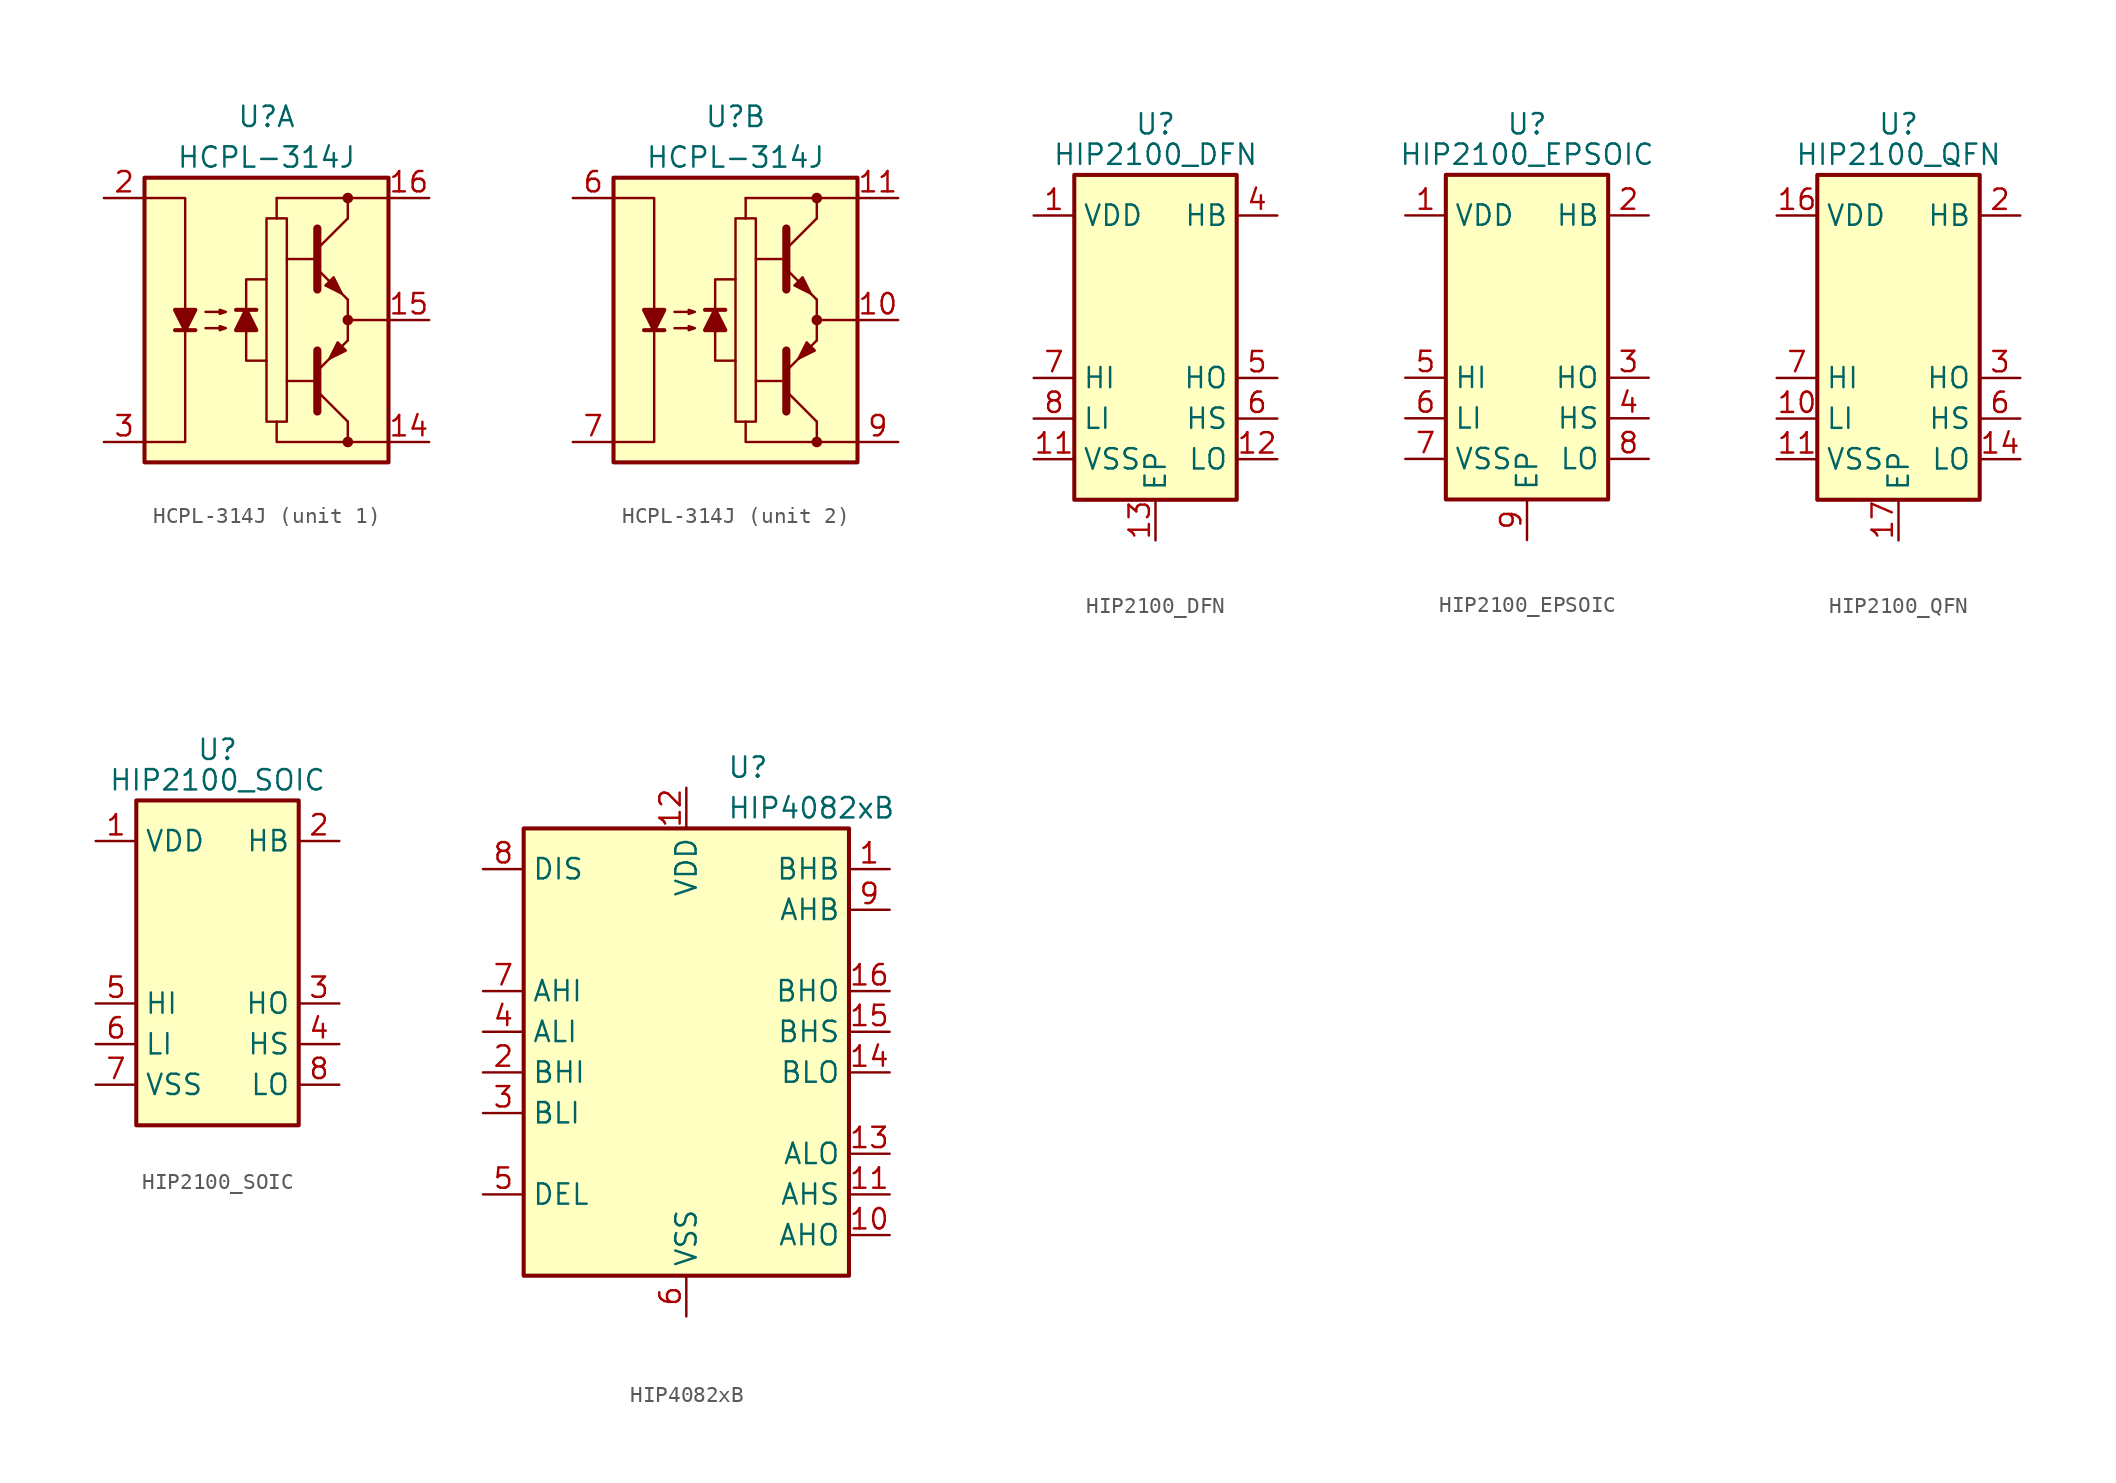
<source format=kicad_sym>
(kicad_symbol_lib
  (version 20201005)
  (generator kicad_symbol_editor)
  (symbol "HCPL-314J"
    (pin_names hide)
    (property "Reference" "U"
      (at 0 12.7 0)
      (effects (font (size 1.27 1.27))))
    (property "Value" "HCPL-314J"
      (at 0 10.16 0)
      (effects (font (size 1.27 1.27))))
    (symbol "HCPL-314J_0_1"
      (circle (center 5.08 -7.62) (radius 0.254) (stroke (width 0)) (fill (type outline)))
      (circle (center 5.08 0) (radius 0.254) (stroke (width 0)) (fill (type outline)))
      (circle (center 5.08 7.62) (radius 0.254) (stroke (width 0)) (fill (type outline)))
      (rectangle (start 0.635 6.35) (end 0.635 6.35) (stroke (width 0)) (fill (type none)))
      (rectangle (start 0.635 6.35) (end 0.635 7.62) (stroke (width 0)) (fill (type none)))
      (rectangle (start 5.08 1.27) (end 5.08 -1.27) (stroke (width 0)) (fill (type none)))
      (rectangle (start -7.62 8.89) (end 7.62 -8.89) (stroke (width 0.254)) (fill (type background)))
      (polyline (pts (xy -5.715 -0.635) (xy -4.445 -0.635)) (stroke (width 0.254)) (fill (type none)))
      (polyline (pts (xy -0.635 0.635) (xy -1.905 0.635)) (stroke (width 0.254)) (fill (type none)))
      (polyline (pts (xy 3.048 -3.81) (xy 1.27 -3.81)) (stroke (width 0)) (fill (type none)))
      (polyline (pts (xy 3.048 3.81) (xy 1.27 3.81)) (stroke (width 0)) (fill (type none)))
      (polyline (pts (xy 3.175 -4.445) (xy 5.08 -6.35)) (stroke (width 0)) (fill (type none)))
      (polyline (pts (xy 3.175 4.445) (xy 5.08 6.35)) (stroke (width 0)) (fill (type none)))
      (polyline (pts (xy 5.08 -6.35) (xy 5.08 -7.62)) (stroke (width 0)) (fill (type none)))
      (polyline (pts (xy 5.08 0) (xy 7.62 0)) (stroke (width 0)) (fill (type none)))
      (polyline (pts (xy 5.08 6.35) (xy 5.08 7.62)) (stroke (width 0)) (fill (type none)))
      (polyline (pts (xy 7.62 7.62) (xy 0.635 7.62)) (stroke (width 0)) (fill (type none)))
      (polyline (pts (xy -1.27 -0.635) (xy -1.27 -2.54) (xy 0 -2.54)) (stroke (width 0)) (fill (type none)))
      (polyline (pts (xy -1.27 0.635) (xy -1.27 2.54) (xy 0 2.54)) (stroke (width 0)) (fill (type none)))
      (polyline (pts (xy 0.635 -6.35) (xy 0.635 -7.62) (xy 7.62 -7.62)) (stroke (width 0)) (fill (type none)))
      (polyline (pts (xy 3.175 -5.715) (xy 3.175 -1.905) (xy 3.175 -1.905)) (stroke (width 0.508)) (fill (type none)))
      (polyline (pts (xy 3.175 5.715) (xy 3.175 1.905) (xy 3.175 1.905)) (stroke (width 0.508)) (fill (type none)))
      (polyline (pts (xy -7.62 7.62) (xy -5.08 7.62) (xy -5.08 -7.62) (xy -7.62 -7.62)) (stroke (width 0)) (fill (type none)))
      (polyline (pts (xy -3.81 -0.508) (xy -2.54 -0.508) (xy -2.921 -0.635) (xy -2.921 -0.381) (xy -2.54 -0.508)) (stroke (width 0)) (fill (type none)))
      (polyline (pts (xy -3.81 0.508) (xy -2.54 0.508) (xy -2.921 0.381) (xy -2.921 0.635) (xy -2.54 0.508)) (stroke (width 0)) (fill (type none)))
      (polyline (pts (xy 1.27 6.35) (xy 1.27 -6.35) (xy 0 -6.35) (xy 0 6.35) (xy 1.27 6.35)) (stroke (width 0)) (fill (type none)))
      (polyline (pts (xy 5.08 -1.27) (xy 3.175 -3.175)) (stroke (width 0)) (fill (type outline)))
      (polyline (pts (xy 5.08 1.27) (xy 3.175 3.175)) (stroke (width 0)) (fill (type outline)))
      (polyline (pts (xy -5.08 -0.635) (xy -5.715 0.635) (xy -4.445 0.635) (xy -5.08 -0.635)) (stroke (width 0.254)) (fill (type outline)))
      (polyline (pts (xy -1.27 0.635) (xy -0.635 -0.635) (xy -1.905 -0.635) (xy -1.27 0.635)) (stroke (width 0.254)) (fill (type outline)))
      (polyline (pts (xy 3.683 2.159) (xy 4.191 2.667) (xy 4.699 1.651) (xy 3.683 2.159) (xy 3.683 2.159)) (stroke (width 0)) (fill (type outline)))
      (polyline (pts (xy 4.953 -1.905) (xy 4.445 -1.397) (xy 3.937 -2.413) (xy 4.953 -1.905) (xy 4.953 -1.905)) (stroke (width 0)) (fill (type outline))))
    (symbol "HCPL-314J_1_1"
      (pin no_connect line (at -7.62 0 0) (length 2.54) hide (name "NC" (effects (font (size 1.27 1.27)))) (number "1" (effects (font (size 1.27 1.27)))))
      (pin power_in line (at 10.16 -7.62 180) (length 2.54) (name "VEE" (effects (font (size 1.27 1.27)))) (number "14" (effects (font (size 1.27 1.27)))))
      (pin output line (at 10.16 0 180) (length 2.54) (name "VO" (effects (font (size 1.27 1.27)))) (number "15" (effects (font (size 1.27 1.27)))))
      (pin power_in line (at 10.16 7.62 180) (length 2.54) (name "VCC" (effects (font (size 1.27 1.27)))) (number "16" (effects (font (size 1.27 1.27)))))
      (pin passive line (at -10.16 7.62 0) (length 2.54) (name "A" (effects (font (size 1.27 1.27)))) (number "2" (effects (font (size 1.27 1.27)))))
      (pin passive line (at -10.16 -7.62 0) (length 2.54) (name "C" (effects (font (size 1.27 1.27)))) (number "3" (effects (font (size 1.27 1.27))))))
    (symbol "HCPL-314J_2_1"
      (pin output line (at 10.16 0 180) (length 2.54) (name "VO" (effects (font (size 1.27 1.27)))) (number "10" (effects (font (size 1.27 1.27)))))
      (pin power_in line (at 10.16 7.62 180) (length 2.54) (name "VCC" (effects (font (size 1.27 1.27)))) (number "11" (effects (font (size 1.27 1.27)))))
      (pin passive line (at -10.16 7.62 0) (length 2.54) (name "A" (effects (font (size 1.27 1.27)))) (number "6" (effects (font (size 1.27 1.27)))))
      (pin passive line (at -10.16 -7.62 0) (length 2.54) (name "C" (effects (font (size 1.27 1.27)))) (number "7" (effects (font (size 1.27 1.27)))))
      (pin no_connect line (at -7.62 0 0) (length 2.54) hide (name "NC" (effects (font (size 1.27 1.27)))) (number "8" (effects (font (size 1.27 1.27)))))
      (pin power_in line (at 10.16 -7.62 180) (length 2.54) (name "VEE" (effects (font (size 1.27 1.27)))) (number "9" (effects (font (size 1.27 1.27)))))))
  (symbol "HIP2100_DFN"
    (property "Reference" "U"
      (at 0 13.335 0)
      (effects (font (size 1.27 1.27))))
    (property "Value" "HIP2100_DFN"
      (at 0 11.43 0)
      (effects (font (size 1.27 1.27))))
    (symbol "HIP2100_DFN_0_1"
      (rectangle (start -5.08 -10.16) (end 5.08 10.16) (stroke (width 0.254)) (fill (type background))))
    (symbol "HIP2100_DFN_1_1"
      (pin power_in line (at -7.62 7.62 0) (length 2.54) (name "VDD" (effects (font (size 1.27 1.27)))) (number "1" (effects (font (size 1.27 1.27)))))
      (pin no_connect line (at 5.08 2.54 180) (length 2.54) hide (name "NC" (effects (font (size 1.27 1.27)))) (number "10" (effects (font (size 1.27 1.27)))))
      (pin power_in line (at -7.62 -7.62 0) (length 2.54) (name "VSS" (effects (font (size 1.27 1.27)))) (number "11" (effects (font (size 1.27 1.27)))))
      (pin output line (at 7.62 -7.62 180) (length 2.54) (name "LO" (effects (font (size 1.27 1.27)))) (number "12" (effects (font (size 1.27 1.27)))))
      (pin output line (at 0 -12.7 90) (length 2.54) (name "EP" (effects (font (size 1.27 1.27)))) (number "13" (effects (font (size 1.27 1.27)))))
      (pin no_connect line (at -5.08 5.08 0) (length 2.54) hide (name "NC" (effects (font (size 1.27 1.27)))) (number "2" (effects (font (size 1.27 1.27)))))
      (pin no_connect line (at -5.08 2.54 0) (length 2.54) hide (name "NC" (effects (font (size 1.27 1.27)))) (number "3" (effects (font (size 1.27 1.27)))))
      (pin passive line (at 7.62 7.62 180) (length 2.54) (name "HB" (effects (font (size 1.27 1.27)))) (number "4" (effects (font (size 1.27 1.27)))))
      (pin output line (at 7.62 -2.54 180) (length 2.54) (name "HO" (effects (font (size 1.27 1.27)))) (number "5" (effects (font (size 1.27 1.27)))))
      (pin passive line (at 7.62 -5.08 180) (length 2.54) (name "HS" (effects (font (size 1.27 1.27)))) (number "6" (effects (font (size 1.27 1.27)))))
      (pin input line (at -7.62 -2.54 0) (length 2.54) (name "HI" (effects (font (size 1.27 1.27)))) (number "7" (effects (font (size 1.27 1.27)))))
      (pin input line (at -7.62 -5.08 0) (length 2.54) (name "LI" (effects (font (size 1.27 1.27)))) (number "8" (effects (font (size 1.27 1.27)))))
      (pin no_connect line (at 5.08 5.08 180) (length 2.54) hide (name "NC" (effects (font (size 1.27 1.27)))) (number "9" (effects (font (size 1.27 1.27)))))))
  (symbol "HIP2100_EPSOIC"
    (property "Reference" "U"
      (at 0 13.335 0)
      (effects (font (size 1.27 1.27))))
    (property "Value" "HIP2100_EPSOIC"
      (at 0 11.43 0)
      (effects (font (size 1.27 1.27))))
    (symbol "HIP2100_EPSOIC_0_1"
      (rectangle (start -5.08 -10.16) (end 5.08 10.16) (stroke (width 0.254)) (fill (type background))))
    (symbol "HIP2100_EPSOIC_1_1"
      (pin power_in line (at -7.62 7.62 0) (length 2.54) (name "VDD" (effects (font (size 1.27 1.27)))) (number "1" (effects (font (size 1.27 1.27)))))
      (pin passive line (at 7.62 7.62 180) (length 2.54) (name "HB" (effects (font (size 1.27 1.27)))) (number "2" (effects (font (size 1.27 1.27)))))
      (pin output line (at 7.62 -2.54 180) (length 2.54) (name "HO" (effects (font (size 1.27 1.27)))) (number "3" (effects (font (size 1.27 1.27)))))
      (pin passive line (at 7.62 -5.08 180) (length 2.54) (name "HS" (effects (font (size 1.27 1.27)))) (number "4" (effects (font (size 1.27 1.27)))))
      (pin input line (at -7.62 -2.54 0) (length 2.54) (name "HI" (effects (font (size 1.27 1.27)))) (number "5" (effects (font (size 1.27 1.27)))))
      (pin input line (at -7.62 -5.08 0) (length 2.54) (name "LI" (effects (font (size 1.27 1.27)))) (number "6" (effects (font (size 1.27 1.27)))))
      (pin power_in line (at -7.62 -7.62 0) (length 2.54) (name "VSS" (effects (font (size 1.27 1.27)))) (number "7" (effects (font (size 1.27 1.27)))))
      (pin output line (at 7.62 -7.62 180) (length 2.54) (name "LO" (effects (font (size 1.27 1.27)))) (number "8" (effects (font (size 1.27 1.27)))))
      (pin output line (at 0 -12.7 90) (length 2.54) (name "EP" (effects (font (size 1.27 1.27)))) (number "9" (effects (font (size 1.27 1.27)))))))
  (symbol "HIP2100_QFN"
    (property "Reference" "U"
      (at 0 13.335 0)
      (effects (font (size 1.27 1.27))))
    (property "Value" "HIP2100_QFN"
      (at 0 11.43 0)
      (effects (font (size 1.27 1.27))))
    (symbol "HIP2100_QFN_0_1"
      (rectangle (start -5.08 -10.16) (end 5.08 10.16) (stroke (width 0.254)) (fill (type background))))
    (symbol "HIP2100_QFN_1_1"
      (pin no_connect line (at -5.08 5.08 0) (length 2.54) hide (name "NC" (effects (font (size 1.27 1.27)))) (number "1" (effects (font (size 1.27 1.27)))))
      (pin input line (at -7.62 -5.08 0) (length 2.54) (name "LI" (effects (font (size 1.27 1.27)))) (number "10" (effects (font (size 1.27 1.27)))))
      (pin power_in line (at -7.62 -7.62 0) (length 2.54) (name "VSS" (effects (font (size 1.27 1.27)))) (number "11" (effects (font (size 1.27 1.27)))))
      (pin no_connect line (at 5.08 2.54 180) (length 2.54) hide (name "NC" (effects (font (size 1.27 1.27)))) (number "12" (effects (font (size 1.27 1.27)))))
      (pin no_connect line (at 5.08 0 180) (length 2.54) hide (name "NC" (effects (font (size 1.27 1.27)))) (number "13" (effects (font (size 1.27 1.27)))))
      (pin output line (at 7.62 -7.62 180) (length 2.54) (name "LO" (effects (font (size 1.27 1.27)))) (number "14" (effects (font (size 1.27 1.27)))))
      (pin no_connect line (at 5.08 -10.16 180) (length 2.54) hide (name "NC" (effects (font (size 1.27 1.27)))) (number "15" (effects (font (size 1.27 1.27)))))
      (pin power_in line (at -7.62 7.62 0) (length 2.54) (name "VDD" (effects (font (size 1.27 1.27)))) (number "16" (effects (font (size 1.27 1.27)))))
      (pin output line (at 0 -12.7 90) (length 2.54) (name "EP" (effects (font (size 1.27 1.27)))) (number "17" (effects (font (size 1.27 1.27)))))
      (pin passive line (at 7.62 7.62 180) (length 2.54) (name "HB" (effects (font (size 1.27 1.27)))) (number "2" (effects (font (size 1.27 1.27)))))
      (pin output line (at 7.62 -2.54 180) (length 2.54) (name "HO" (effects (font (size 1.27 1.27)))) (number "3" (effects (font (size 1.27 1.27)))))
      (pin no_connect line (at -5.08 2.54 0) (length 2.54) hide (name "NC" (effects (font (size 1.27 1.27)))) (number "4" (effects (font (size 1.27 1.27)))))
      (pin no_connect line (at -5.08 0 0) (length 2.54) hide (name "NC" (effects (font (size 1.27 1.27)))) (number "5" (effects (font (size 1.27 1.27)))))
      (pin passive line (at 7.62 -5.08 180) (length 2.54) (name "HS" (effects (font (size 1.27 1.27)))) (number "6" (effects (font (size 1.27 1.27)))))
      (pin input line (at -7.62 -2.54 0) (length 2.54) (name "HI" (effects (font (size 1.27 1.27)))) (number "7" (effects (font (size 1.27 1.27)))))
      (pin no_connect line (at -5.08 -10.16 0) (length 2.54) hide (name "NC" (effects (font (size 1.27 1.27)))) (number "8" (effects (font (size 1.27 1.27)))))
      (pin no_connect line (at 5.08 5.08 180) (length 2.54) hide (name "NC" (effects (font (size 1.27 1.27)))) (number "9" (effects (font (size 1.27 1.27)))))))
  (symbol "HIP2100_SOIC"
    (property "Reference" "U"
      (at 0 13.335 0)
      (effects (font (size 1.27 1.27))))
    (property "Value" "HIP2100_SOIC"
      (at 0 11.43 0)
      (effects (font (size 1.27 1.27))))
    (symbol "HIP2100_SOIC_0_1"
      (rectangle (start -5.08 -10.16) (end 5.08 10.16) (stroke (width 0.254)) (fill (type background))))
    (symbol "HIP2100_SOIC_1_1"
      (pin power_in line (at -7.62 7.62 0) (length 2.54) (name "VDD" (effects (font (size 1.27 1.27)))) (number "1" (effects (font (size 1.27 1.27)))))
      (pin passive line (at 7.62 7.62 180) (length 2.54) (name "HB" (effects (font (size 1.27 1.27)))) (number "2" (effects (font (size 1.27 1.27)))))
      (pin output line (at 7.62 -2.54 180) (length 2.54) (name "HO" (effects (font (size 1.27 1.27)))) (number "3" (effects (font (size 1.27 1.27)))))
      (pin passive line (at 7.62 -5.08 180) (length 2.54) (name "HS" (effects (font (size 1.27 1.27)))) (number "4" (effects (font (size 1.27 1.27)))))
      (pin input line (at -7.62 -2.54 0) (length 2.54) (name "HI" (effects (font (size 1.27 1.27)))) (number "5" (effects (font (size 1.27 1.27)))))
      (pin input line (at -7.62 -5.08 0) (length 2.54) (name "LI" (effects (font (size 1.27 1.27)))) (number "6" (effects (font (size 1.27 1.27)))))
      (pin power_in line (at -7.62 -7.62 0) (length 2.54) (name "VSS" (effects (font (size 1.27 1.27)))) (number "7" (effects (font (size 1.27 1.27)))))
      (pin output line (at 7.62 -7.62 180) (length 2.54) (name "LO" (effects (font (size 1.27 1.27)))) (number "8" (effects (font (size 1.27 1.27)))))))
  (symbol "HIP4082xB"
    (property "Reference" "U"
      (at 2.54 16.51 0)
      (effects (font (size 1.27 1.27)) (justify left)))
    (property "Value" "HIP4082xB"
      (at 2.54 13.97 0)
      (effects (font (size 1.27 1.27)) (justify left)))
    (symbol "HIP4082xB_0_0"
      (pin passive line (at -12.7 -10.16 0) (length 2.54) (name "DEL" (effects (font (size 1.27 1.27)))) (number "5" (effects (font (size 1.27 1.27))))))
    (symbol "HIP4082xB_1_1"
      (rectangle (start -10.16 -15.24) (end 10.16 12.7) (stroke (width 0.254)) (fill (type background)))
      (pin input line (at 12.7 10.16 180) (length 2.54) (name "BHB" (effects (font (size 1.27 1.27)))) (number "1" (effects (font (size 1.27 1.27)))))
      (pin output line (at 12.7 -12.7 180) (length 2.54) (name "AHO" (effects (font (size 1.27 1.27)))) (number "10" (effects (font (size 1.27 1.27)))))
      (pin passive line (at 12.7 -10.16 180) (length 2.54) (name "AHS" (effects (font (size 1.27 1.27)))) (number "11" (effects (font (size 1.27 1.27)))))
      (pin power_in line (at 0 15.24 270) (length 2.54) (name "VDD" (effects (font (size 1.27 1.27)))) (number "12" (effects (font (size 1.27 1.27)))))
      (pin output line (at 12.7 -7.62 180) (length 2.54) (name "ALO" (effects (font (size 1.27 1.27)))) (number "13" (effects (font (size 1.27 1.27)))))
      (pin output line (at 12.7 -2.54 180) (length 2.54) (name "BLO" (effects (font (size 1.27 1.27)))) (number "14" (effects (font (size 1.27 1.27)))))
      (pin passive line (at 12.7 0 180) (length 2.54) (name "BHS" (effects (font (size 1.27 1.27)))) (number "15" (effects (font (size 1.27 1.27)))))
      (pin output line (at 12.7 2.54 180) (length 2.54) (name "BHO" (effects (font (size 1.27 1.27)))) (number "16" (effects (font (size 1.27 1.27)))))
      (pin input line (at -12.7 -2.54 0) (length 2.54) (name "BHI" (effects (font (size 1.27 1.27)))) (number "2" (effects (font (size 1.27 1.27)))))
      (pin input line (at -12.7 -5.08 0) (length 2.54) (name "BLI" (effects (font (size 1.27 1.27)))) (number "3" (effects (font (size 1.27 1.27)))))
      (pin input line (at -12.7 0 0) (length 2.54) (name "ALI" (effects (font (size 1.27 1.27)))) (number "4" (effects (font (size 1.27 1.27)))))
      (pin power_in line (at 0 -17.78 90) (length 2.54) (name "VSS" (effects (font (size 1.27 1.27)))) (number "6" (effects (font (size 1.27 1.27)))))
      (pin input line (at -12.7 2.54 0) (length 2.54) (name "AHI" (effects (font (size 1.27 1.27)))) (number "7" (effects (font (size 1.27 1.27)))))
      (pin input line (at -12.7 10.16 0) (length 2.54) (name "DIS" (effects (font (size 1.27 1.27)))) (number "8" (effects (font (size 1.27 1.27)))))
      (pin input line (at 12.7 7.62 180) (length 2.54) (name "AHB" (effects (font (size 1.27 1.27)))) (number "9" (effects (font (size 1.27 1.27))))))))
</source>
